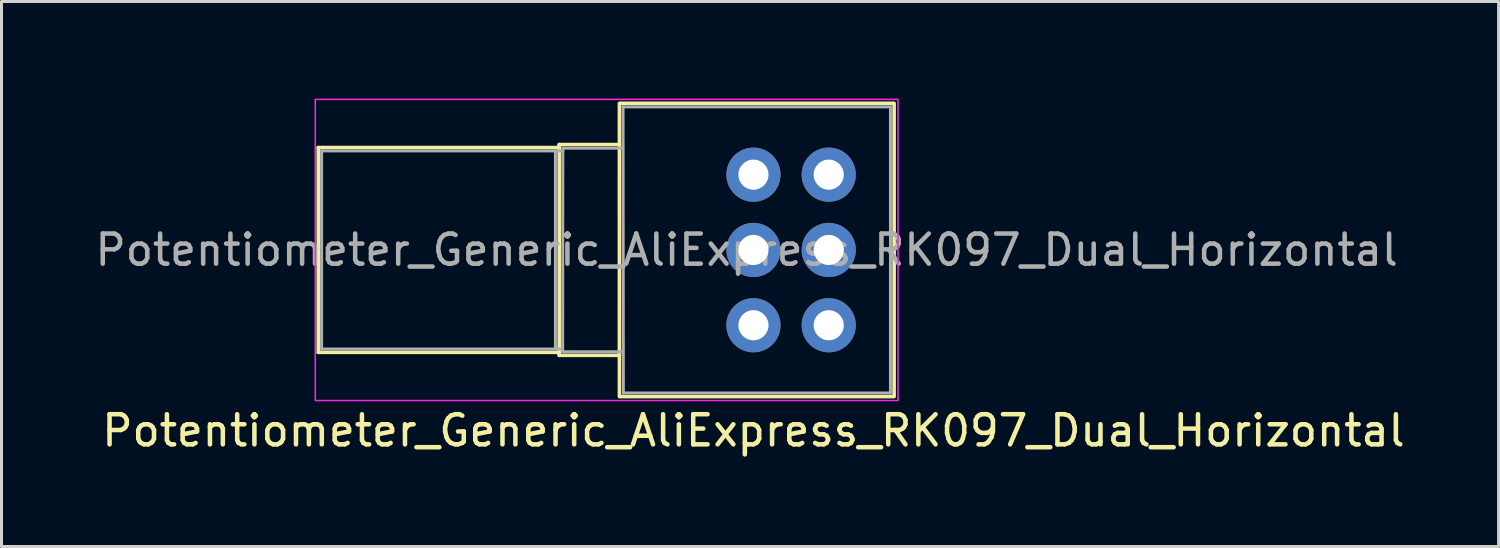
<source format=kicad_pcb>
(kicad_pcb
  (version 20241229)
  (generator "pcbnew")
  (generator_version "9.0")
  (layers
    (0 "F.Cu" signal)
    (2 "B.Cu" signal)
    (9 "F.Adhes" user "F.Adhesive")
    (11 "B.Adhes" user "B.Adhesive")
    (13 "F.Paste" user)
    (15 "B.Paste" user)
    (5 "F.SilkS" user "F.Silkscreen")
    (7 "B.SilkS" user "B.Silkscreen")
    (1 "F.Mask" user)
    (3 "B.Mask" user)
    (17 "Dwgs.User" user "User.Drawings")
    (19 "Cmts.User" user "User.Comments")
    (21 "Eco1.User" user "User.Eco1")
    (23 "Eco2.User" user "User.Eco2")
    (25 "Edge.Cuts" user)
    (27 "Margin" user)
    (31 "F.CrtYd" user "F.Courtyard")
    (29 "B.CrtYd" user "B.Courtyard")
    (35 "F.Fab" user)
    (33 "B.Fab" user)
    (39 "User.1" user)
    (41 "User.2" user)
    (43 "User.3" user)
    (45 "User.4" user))
  (footprint "Potentiometer_Generic_AliExpress_RK097_Dual_Horizontal"
    (layer "F.Cu")
    (at 26.519 0.25)
    (property "Reference" "Potentiometer_Generic_AliExpress_RK097_Dual_Horizontal" (at -4.55 11 180) (layer "F.SilkS") (effects (font (size 1 1) (thickness 0.15))))
    (attr through_hole)
    (fp_line (start -19 1.6) (end -11 1.6) (stroke (width 0.12) (type solid)) (layer "F.SilkS"))
    (fp_line (start -19 8.4) (end -19 1.6) (stroke (width 0.12) (type solid)) (layer "F.SilkS"))
    (fp_line (start -19 8.4) (end -11 8.4) (stroke (width 0.12) (type solid)) (layer "F.SilkS"))
    (fp_line (start -11 1.5) (end -11 8.5) (stroke (width 0.12) (type solid)) (layer "F.SilkS"))
    (fp_line (start -11 1.5) (end -9 1.5) (stroke (width 0.12) (type solid)) (layer "F.SilkS"))
    (fp_line (start -11 8.5) (end -9 8.5) (stroke (width 0.12) (type solid)) (layer "F.SilkS"))
    (fp_rect (start -9 0.13) (end 0.121 9.87) (stroke (width 0.12) (type solid)) (fill no) (layer "F.SilkS"))
    (fp_rect (start -19.1 0) (end 0.25 10) (stroke (width 0.05) (type solid)) (fill no) (layer "F.CrtYd"))
    (fp_line (start -18.89 8.29) (end -18.89 1.71) (stroke (width 0.1) (type solid)) (layer "F.Fab"))
    (fp_line (start -11.125 8.275) (end -11.125 1.725) (stroke (width 0.1) (type solid)) (layer "F.Fab"))
    (fp_line (start -10.89 8.29) (end -18.89 8.29) (stroke (width 0.1) (type solid)) (layer "F.Fab"))
    (fp_line (start -10.88 1.62) (end -10.885 8.38) (stroke (width 0.1) (type solid)) (layer "F.Fab"))
    (fp_line (start -10.88 1.71) (end -18.88 1.71) (stroke (width 0.1) (type solid)) (layer "F.Fab"))
    (fp_line (start -8.895 8.38) (end -10.885 8.38) (stroke (width 0.1) (type solid)) (layer "F.Fab"))
    (fp_line (start -8.89 1.62) (end -10.88 1.62) (stroke (width 0.1) (type solid)) (layer "F.Fab"))
    (fp_line (start -8.88 0.25) (end -8.87 9.75) (stroke (width 0.1) (type solid)) (layer "F.Fab"))
    (fp_line (start -8.87 9.75) (end 0 9.75) (stroke (width 0.1) (type solid)) (layer "F.Fab"))
    (fp_line (start 0 0.25) (end -8.88 0.25) (stroke (width 0.1) (type solid)) (layer "F.Fab"))
    (fp_line (start 0 9.75) (end 0 0.25) (stroke (width 0.1) (type solid)) (layer "F.Fab"))
    (fp_text user "${REFERENCE}" (at -4.775 5 180) (layer "F.Fab") (effects (font (size 1 1) (thickness 0.15))))
    (pad "1" thru_hole circle (at -4.55 2.5 180) (size 1.8 1.8) (drill 1) (layers "*.Cu" "*.Mask"))
    (pad "2" thru_hole circle (at -4.55 5 180) (size 1.8 1.8) (drill 1) (layers "*.Cu" "*.Mask"))
    (pad "3" thru_hole circle (at -4.55 7.5 180) (size 1.8 1.8) (drill 1) (layers "*.Cu" "*.Mask"))
    (pad "4" thru_hole circle (at -2.05 2.5 180) (size 1.8 1.8) (drill 1) (layers "*.Cu" "*.Mask"))
    (pad "5" thru_hole circle (at -2.05 5 180) (size 1.8 1.8) (drill 1) (layers "*.Cu" "*.Mask"))
    (pad "6" thru_hole circle (at -2.05 7.5 180) (size 1.8 1.8) (drill 1) (layers "*.Cu" "*.Mask")))
  (gr_rect
    (start -3 -3)
    (end 46.713 15.098)
    (stroke (width 0.1) (type default))
    (fill no)
    (layer "Edge.Cuts")))
</source>
